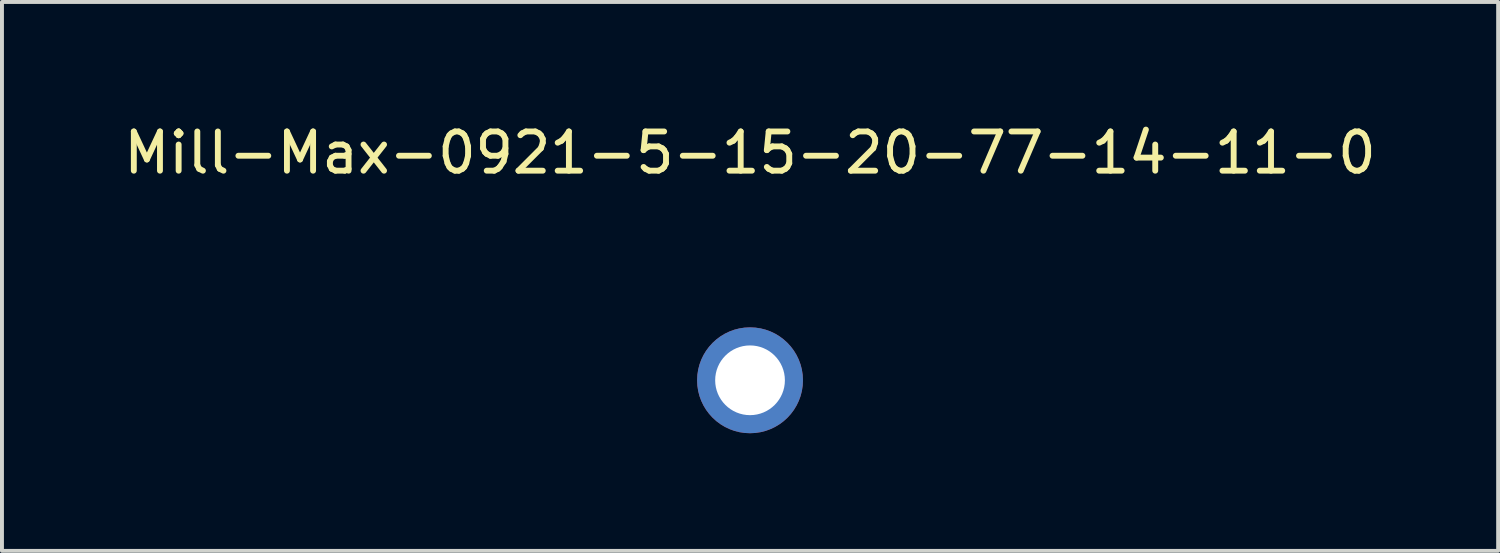
<source format=kicad_pcb>
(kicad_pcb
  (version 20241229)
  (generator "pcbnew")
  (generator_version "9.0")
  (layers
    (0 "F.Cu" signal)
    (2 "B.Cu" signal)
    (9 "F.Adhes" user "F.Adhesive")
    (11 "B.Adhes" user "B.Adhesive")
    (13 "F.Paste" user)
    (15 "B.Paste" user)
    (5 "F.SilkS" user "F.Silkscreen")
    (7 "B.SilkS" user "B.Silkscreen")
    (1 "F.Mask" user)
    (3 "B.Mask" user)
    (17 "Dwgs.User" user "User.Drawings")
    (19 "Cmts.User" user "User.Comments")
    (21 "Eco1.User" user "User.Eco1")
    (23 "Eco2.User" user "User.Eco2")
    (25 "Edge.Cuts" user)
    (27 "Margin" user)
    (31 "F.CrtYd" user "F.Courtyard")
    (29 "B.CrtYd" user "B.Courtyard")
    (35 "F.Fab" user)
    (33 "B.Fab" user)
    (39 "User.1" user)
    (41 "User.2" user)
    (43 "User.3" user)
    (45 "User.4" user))
  (footprint "Mill-Max-0921-5-15-20-77-14-11-0"
    (layer "F.Cu")
    (at 16.077 6.648)
    (property "Reference" "Mill-Max-0921-5-15-20-77-14-11-0" (at 0 -5.8 0) (unlocked yes) (layer "F.SilkS") (effects (font (size 1 1) (thickness 0.15))))
    (attr through_hole)
    (pad "1" thru_hole circle (at 0 0) (size 2.7 2.7) (drill 1.778) (layers "*.Cu" "*.Mask")))
  (gr_rect
    (start -3 -3)
    (end 35.155 10.998)
    (stroke (width 0.1) (type default))
    (fill no)
    (layer "Edge.Cuts")))
</source>
